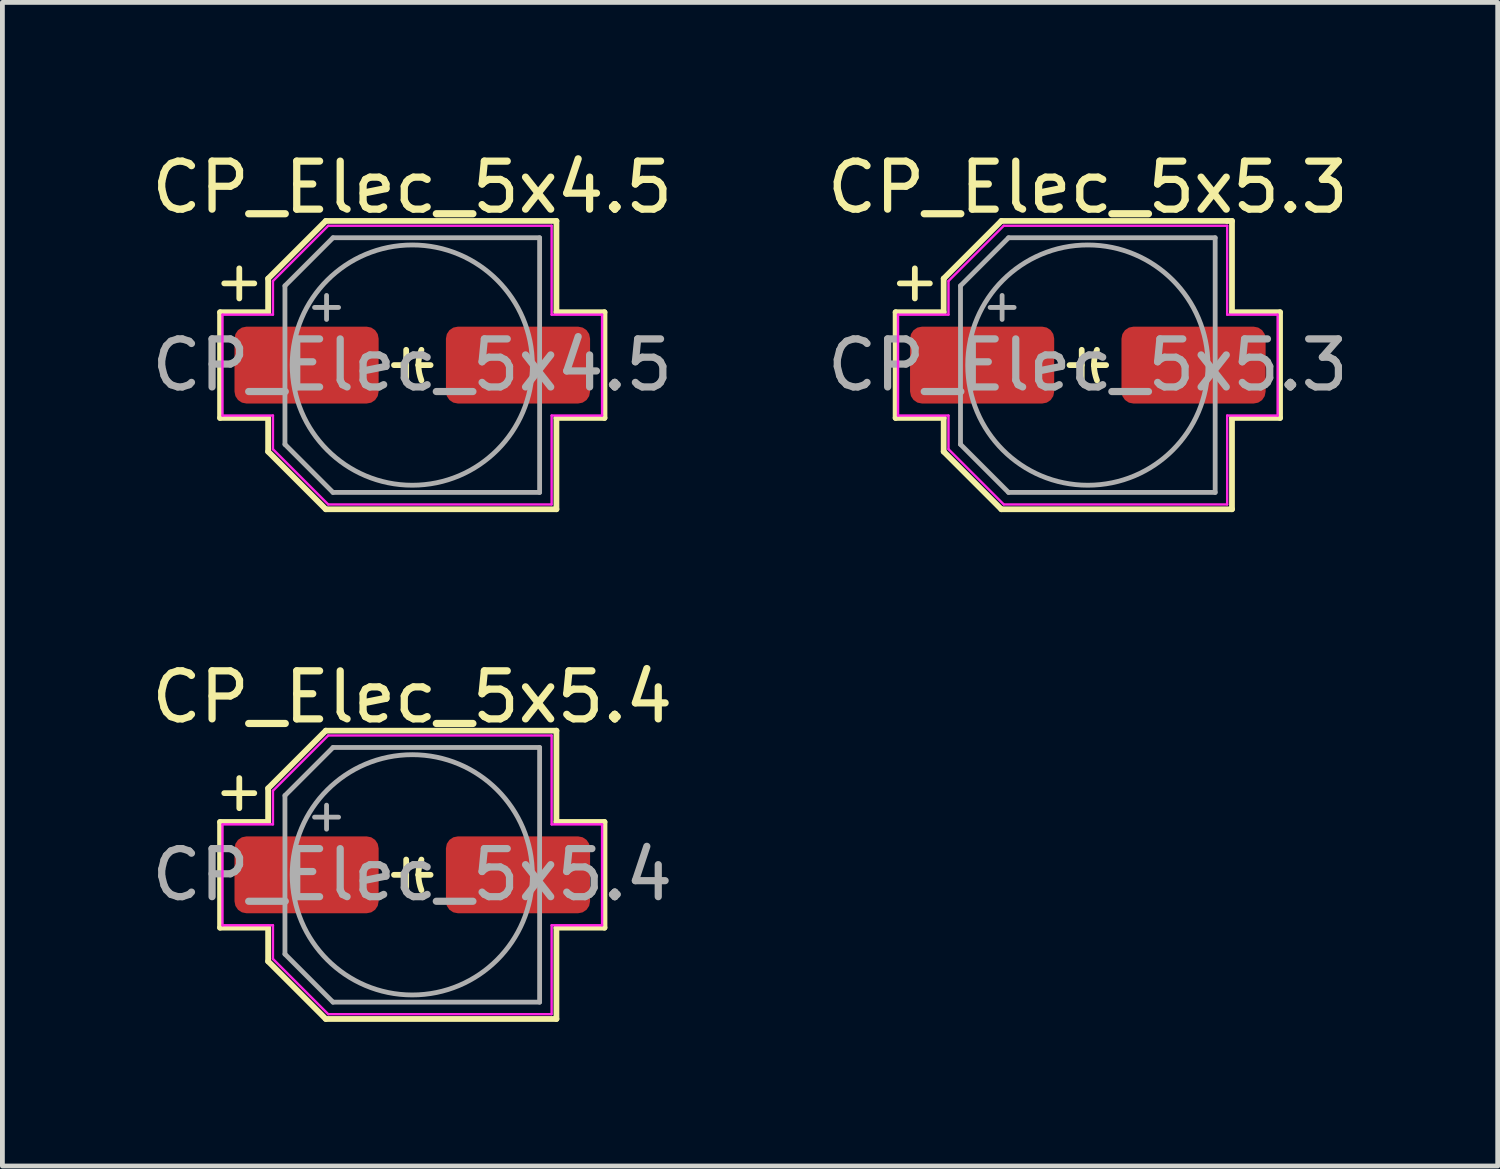
<source format=kicad_pcb>
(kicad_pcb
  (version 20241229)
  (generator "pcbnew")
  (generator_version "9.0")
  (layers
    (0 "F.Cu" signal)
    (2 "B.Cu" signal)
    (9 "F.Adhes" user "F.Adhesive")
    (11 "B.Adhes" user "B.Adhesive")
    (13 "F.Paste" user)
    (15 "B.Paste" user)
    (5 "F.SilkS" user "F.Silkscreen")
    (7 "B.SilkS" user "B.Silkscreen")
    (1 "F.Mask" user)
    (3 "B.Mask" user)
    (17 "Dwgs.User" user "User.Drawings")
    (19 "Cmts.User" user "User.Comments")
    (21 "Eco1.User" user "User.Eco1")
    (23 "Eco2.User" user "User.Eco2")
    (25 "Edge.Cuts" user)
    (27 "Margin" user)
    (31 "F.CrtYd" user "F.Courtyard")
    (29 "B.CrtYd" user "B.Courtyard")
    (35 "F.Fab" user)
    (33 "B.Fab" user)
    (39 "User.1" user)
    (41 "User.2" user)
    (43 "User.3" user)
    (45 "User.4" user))
  (footprint "CP_Elec_5x4.5"
    (layer "F.Cu")
    (at 5.53 4.548)
    (property "Reference" "CP_Elec_5x4.5" (at 0 -3.7 0) (layer "F.SilkS") (effects (font (size 1 1) (thickness 0.15))))
    (attr smd)
    (fp_line (start -4 -1.1) (end -4 1.1) (stroke (width 0.12) (type solid)) (layer "F.SilkS"))
    (fp_line (start -4 1.1) (end -3 1.1) (stroke (width 0.12) (type solid)) (layer "F.SilkS"))
    (fp_line (start -3.913 -1.7) (end -3.288 -1.7) (stroke (width 0.12) (type solid)) (layer "F.SilkS"))
    (fp_line (start -3.6 -2.013) (end -3.6 -1.387) (stroke (width 0.12) (type solid)) (layer "F.SilkS"))
    (fp_line (start -3 -1.8) (end -3 -1.1) (stroke (width 0.12) (type solid)) (layer "F.SilkS"))
    (fp_line (start -3 -1.1) (end -4 -1.1) (stroke (width 0.12) (type solid)) (layer "F.SilkS"))
    (fp_line (start -3 1.1) (end -3 1.8) (stroke (width 0.12) (type solid)) (layer "F.SilkS"))
    (fp_line (start -3 1.8) (end -1.8 3) (stroke (width 0.12) (type solid)) (layer "F.SilkS"))
    (fp_line (start -1.8 -3) (end -3 -1.8) (stroke (width 0.12) (type solid)) (layer "F.SilkS"))
    (fp_line (start -1.8 3) (end 3 3) (stroke (width 0.12) (type solid)) (layer "F.SilkS"))
    (fp_line (start -0.381 0) (end -0.127 0) (stroke (width 0.12) (type solid)) (layer "F.SilkS"))
    (fp_line (start -0.127 -0.318) (end -0.127 0.318) (stroke (width 0.12) (type solid)) (layer "F.SilkS"))
    (fp_line (start 0.381 0) (end 0.127 0) (stroke (width 0.12) (type solid)) (layer "F.SilkS"))
    (fp_line (start 3 -3) (end -1.8 -3) (stroke (width 0.12) (type solid)) (layer "F.SilkS"))
    (fp_line (start 3 -1.1) (end 3 -3) (stroke (width 0.12) (type solid)) (layer "F.SilkS"))
    (fp_line (start 3 1.1) (end 4 1.1) (stroke (width 0.12) (type solid)) (layer "F.SilkS"))
    (fp_line (start 3 3) (end 3 1.1) (stroke (width 0.12) (type solid)) (layer "F.SilkS"))
    (fp_line (start 4 -1.1) (end 3 -1.1) (stroke (width 0.12) (type solid)) (layer "F.SilkS"))
    (fp_line (start 4 1.1) (end 4 -1.1) (stroke (width 0.12) (type solid)) (layer "F.SilkS"))
    (fp_arc (start 0.127 0) (mid 0.143031 -0.161894) (end 0.1905 -0.3175) (stroke (width 0.12) (type solid)) (layer "F.SilkS"))
    (fp_arc (start 0.1905 0.3175) (mid 0.145241 0.161452) (end 0.127 0) (stroke (width 0.12) (type solid)) (layer "F.SilkS"))
    (fp_line (start -3.95 -1.05) (end -3.95 1.05) (stroke (width 0.05) (type solid)) (layer "F.CrtYd"))
    (fp_line (start -3.95 1.05) (end -2.9 1.05) (stroke (width 0.05) (type solid)) (layer "F.CrtYd"))
    (fp_line (start -2.9 -1.75) (end -2.9 -1.05) (stroke (width 0.05) (type solid)) (layer "F.CrtYd"))
    (fp_line (start -2.9 -1.75) (end -1.75 -2.9) (stroke (width 0.05) (type solid)) (layer "F.CrtYd"))
    (fp_line (start -2.9 -1.05) (end -3.95 -1.05) (stroke (width 0.05) (type solid)) (layer "F.CrtYd"))
    (fp_line (start -2.9 1.05) (end -2.9 1.75) (stroke (width 0.05) (type solid)) (layer "F.CrtYd"))
    (fp_line (start -2.9 1.75) (end -1.75 2.9) (stroke (width 0.05) (type solid)) (layer "F.CrtYd"))
    (fp_line (start -1.75 -2.9) (end 2.9 -2.9) (stroke (width 0.05) (type solid)) (layer "F.CrtYd"))
    (fp_line (start -1.75 2.9) (end 2.9 2.9) (stroke (width 0.05) (type solid)) (layer "F.CrtYd"))
    (fp_line (start 2.9 -2.9) (end 2.9 -1.05) (stroke (width 0.05) (type solid)) (layer "F.CrtYd"))
    (fp_line (start 2.9 -1.05) (end 3.95 -1.05) (stroke (width 0.05) (type solid)) (layer "F.CrtYd"))
    (fp_line (start 2.9 1.05) (end 2.9 2.9) (stroke (width 0.05) (type solid)) (layer "F.CrtYd"))
    (fp_line (start 3.95 -1.05) (end 3.95 1.05) (stroke (width 0.05) (type solid)) (layer "F.CrtYd"))
    (fp_line (start 3.95 1.05) (end 2.9 1.05) (stroke (width 0.05) (type solid)) (layer "F.CrtYd"))
    (fp_line (start -2.65 -1.65) (end -2.65 1.65) (stroke (width 0.1) (type solid)) (layer "F.Fab"))
    (fp_line (start -2.65 -1.65) (end -1.65 -2.65) (stroke (width 0.1) (type solid)) (layer "F.Fab"))
    (fp_line (start -2.65 1.65) (end -1.65 2.65) (stroke (width 0.1) (type solid)) (layer "F.Fab"))
    (fp_line (start -2.034 -1.2) (end -1.534 -1.2) (stroke (width 0.1) (type solid)) (layer "F.Fab"))
    (fp_line (start -1.784 -1.45) (end -1.784 -0.95) (stroke (width 0.1) (type solid)) (layer "F.Fab"))
    (fp_line (start -1.65 -2.65) (end 2.65 -2.65) (stroke (width 0.1) (type solid)) (layer "F.Fab"))
    (fp_line (start -1.65 2.65) (end 2.65 2.65) (stroke (width 0.1) (type solid)) (layer "F.Fab"))
    (fp_line (start 2.65 -2.65) (end 2.65 2.65) (stroke (width 0.1) (type solid)) (layer "F.Fab"))
    (fp_circle (center 0 0) (end 2.5 0) (stroke (width 0.1) (type solid)) (fill no) (layer "F.Fab"))
    (fp_text user "${REFERENCE}" (at 0 0 0) (layer "F.Fab") (effects (font (size 1 1) (thickness 0.15))))
    (pad "1" smd roundrect (at -2.2 0) (size 3 1.6) (layers "F.Cu" "F.Mask" "F.Paste") (roundrect_rratio 0.156))
    (pad "2" smd roundrect (at 2.2 0) (size 3 1.6) (layers "F.Cu" "F.Mask" "F.Paste") (roundrect_rratio 0.156)))
  (footprint "CP_Elec_5x5.4"
    (layer "F.Cu")
    (at 5.53 15.156)
    (property "Reference" "CP_Elec_5x5.4" (at 0 -3.7 0) (layer "F.SilkS") (effects (font (size 1 1) (thickness 0.15))))
    (attr smd)
    (fp_line (start -4 -1.1) (end -4 1.1) (stroke (width 0.12) (type solid)) (layer "F.SilkS"))
    (fp_line (start -4 1.1) (end -3 1.1) (stroke (width 0.12) (type solid)) (layer "F.SilkS"))
    (fp_line (start -3.913 -1.7) (end -3.288 -1.7) (stroke (width 0.12) (type solid)) (layer "F.SilkS"))
    (fp_line (start -3.6 -2.013) (end -3.6 -1.387) (stroke (width 0.12) (type solid)) (layer "F.SilkS"))
    (fp_line (start -3 -1.8) (end -3 -1.1) (stroke (width 0.12) (type solid)) (layer "F.SilkS"))
    (fp_line (start -3 -1.1) (end -4 -1.1) (stroke (width 0.12) (type solid)) (layer "F.SilkS"))
    (fp_line (start -3 1.1) (end -3 1.8) (stroke (width 0.12) (type solid)) (layer "F.SilkS"))
    (fp_line (start -3 1.8) (end -1.8 3) (stroke (width 0.12) (type solid)) (layer "F.SilkS"))
    (fp_line (start -1.8 -3) (end -3 -1.8) (stroke (width 0.12) (type solid)) (layer "F.SilkS"))
    (fp_line (start -1.8 3) (end 3 3) (stroke (width 0.12) (type solid)) (layer "F.SilkS"))
    (fp_line (start -0.381 0) (end -0.127 0) (stroke (width 0.12) (type solid)) (layer "F.SilkS"))
    (fp_line (start -0.127 -0.318) (end -0.127 0.318) (stroke (width 0.12) (type solid)) (layer "F.SilkS"))
    (fp_line (start 0.381 0) (end 0.127 0) (stroke (width 0.12) (type solid)) (layer "F.SilkS"))
    (fp_line (start 3 -3) (end -1.8 -3) (stroke (width 0.12) (type solid)) (layer "F.SilkS"))
    (fp_line (start 3 -1.1) (end 3 -3) (stroke (width 0.12) (type solid)) (layer "F.SilkS"))
    (fp_line (start 3 1.1) (end 4 1.1) (stroke (width 0.12) (type solid)) (layer "F.SilkS"))
    (fp_line (start 3 3) (end 3 1.1) (stroke (width 0.12) (type solid)) (layer "F.SilkS"))
    (fp_line (start 4 -1.1) (end 3 -1.1) (stroke (width 0.12) (type solid)) (layer "F.SilkS"))
    (fp_line (start 4 1.1) (end 4 -1.1) (stroke (width 0.12) (type solid)) (layer "F.SilkS"))
    (fp_arc (start 0.127 0) (mid 0.143031 -0.161894) (end 0.1905 -0.3175) (stroke (width 0.12) (type solid)) (layer "F.SilkS"))
    (fp_arc (start 0.1905 0.3175) (mid 0.145241 0.161452) (end 0.127 0) (stroke (width 0.12) (type solid)) (layer "F.SilkS"))
    (fp_line (start -3.95 -1.05) (end -3.95 1.05) (stroke (width 0.05) (type solid)) (layer "F.CrtYd"))
    (fp_line (start -3.95 1.05) (end -2.9 1.05) (stroke (width 0.05) (type solid)) (layer "F.CrtYd"))
    (fp_line (start -2.9 -1.75) (end -2.9 -1.05) (stroke (width 0.05) (type solid)) (layer "F.CrtYd"))
    (fp_line (start -2.9 -1.75) (end -1.75 -2.9) (stroke (width 0.05) (type solid)) (layer "F.CrtYd"))
    (fp_line (start -2.9 -1.05) (end -3.95 -1.05) (stroke (width 0.05) (type solid)) (layer "F.CrtYd"))
    (fp_line (start -2.9 1.05) (end -2.9 1.75) (stroke (width 0.05) (type solid)) (layer "F.CrtYd"))
    (fp_line (start -2.9 1.75) (end -1.75 2.9) (stroke (width 0.05) (type solid)) (layer "F.CrtYd"))
    (fp_line (start -1.75 -2.9) (end 2.9 -2.9) (stroke (width 0.05) (type solid)) (layer "F.CrtYd"))
    (fp_line (start -1.75 2.9) (end 2.9 2.9) (stroke (width 0.05) (type solid)) (layer "F.CrtYd"))
    (fp_line (start 2.9 -2.9) (end 2.9 -1.05) (stroke (width 0.05) (type solid)) (layer "F.CrtYd"))
    (fp_line (start 2.9 -1.05) (end 3.95 -1.05) (stroke (width 0.05) (type solid)) (layer "F.CrtYd"))
    (fp_line (start 2.9 1.05) (end 2.9 2.9) (stroke (width 0.05) (type solid)) (layer "F.CrtYd"))
    (fp_line (start 3.95 -1.05) (end 3.95 1.05) (stroke (width 0.05) (type solid)) (layer "F.CrtYd"))
    (fp_line (start 3.95 1.05) (end 2.9 1.05) (stroke (width 0.05) (type solid)) (layer "F.CrtYd"))
    (fp_line (start -2.65 -1.65) (end -2.65 1.65) (stroke (width 0.1) (type solid)) (layer "F.Fab"))
    (fp_line (start -2.65 -1.65) (end -1.65 -2.65) (stroke (width 0.1) (type solid)) (layer "F.Fab"))
    (fp_line (start -2.65 1.65) (end -1.65 2.65) (stroke (width 0.1) (type solid)) (layer "F.Fab"))
    (fp_line (start -2.034 -1.2) (end -1.534 -1.2) (stroke (width 0.1) (type solid)) (layer "F.Fab"))
    (fp_line (start -1.784 -1.45) (end -1.784 -0.95) (stroke (width 0.1) (type solid)) (layer "F.Fab"))
    (fp_line (start -1.65 -2.65) (end 2.65 -2.65) (stroke (width 0.1) (type solid)) (layer "F.Fab"))
    (fp_line (start -1.65 2.65) (end 2.65 2.65) (stroke (width 0.1) (type solid)) (layer "F.Fab"))
    (fp_line (start 2.65 -2.65) (end 2.65 2.65) (stroke (width 0.1) (type solid)) (layer "F.Fab"))
    (fp_circle (center 0 0) (end 2.5 0) (stroke (width 0.1) (type solid)) (fill no) (layer "F.Fab"))
    (fp_text user "${REFERENCE}" (at 0 0 0) (layer "F.Fab") (effects (font (size 1 1) (thickness 0.15))))
    (pad "1" smd roundrect (at -2.2 0) (size 3 1.6) (layers "F.Cu" "F.Mask" "F.Paste") (roundrect_rratio 0.156))
    (pad "2" smd roundrect (at 2.2 0) (size 3 1.6) (layers "F.Cu" "F.Mask" "F.Paste") (roundrect_rratio 0.156)))
  (footprint "CP_Elec_5x5.3"
    (layer "F.Cu")
    (at 19.589 4.548)
    (property "Reference" "CP_Elec_5x5.3" (at 0 -3.7 0) (layer "F.SilkS") (effects (font (size 1 1) (thickness 0.15))))
    (attr smd)
    (fp_line (start -4 -1.1) (end -3 -1.1) (stroke (width 0.12) (type solid)) (layer "F.SilkS"))
    (fp_line (start -4 1.1) (end -4 -1.1) (stroke (width 0.12) (type solid)) (layer "F.SilkS"))
    (fp_line (start -3.913 -1.7) (end -3.288 -1.7) (stroke (width 0.12) (type solid)) (layer "F.SilkS"))
    (fp_line (start -3.6 -2.013) (end -3.6 -1.387) (stroke (width 0.12) (type solid)) (layer "F.SilkS"))
    (fp_line (start -3 -1.8) (end -1.8 -3) (stroke (width 0.12) (type solid)) (layer "F.SilkS"))
    (fp_line (start -3 -1.1) (end -3 -1.8) (stroke (width 0.12) (type solid)) (layer "F.SilkS"))
    (fp_line (start -3 1.1) (end -4 1.1) (stroke (width 0.12) (type solid)) (layer "F.SilkS"))
    (fp_line (start -3 1.8) (end -3 1.1) (stroke (width 0.12) (type solid)) (layer "F.SilkS"))
    (fp_line (start -1.8 -3) (end 2.9 -3) (stroke (width 0.12) (type solid)) (layer "F.SilkS"))
    (fp_line (start -1.8 3) (end -3 1.8) (stroke (width 0.12) (type solid)) (layer "F.SilkS"))
    (fp_line (start -0.381 0) (end -0.127 0) (stroke (width 0.12) (type solid)) (layer "F.SilkS"))
    (fp_line (start -0.127 -0.318) (end -0.127 0.318) (stroke (width 0.12) (type solid)) (layer "F.SilkS"))
    (fp_line (start 0.381 0) (end 0.127 0) (stroke (width 0.12) (type solid)) (layer "F.SilkS"))
    (fp_line (start 2.9 -3) (end 3 -3) (stroke (width 0.12) (type solid)) (layer "F.SilkS"))
    (fp_line (start 3 -3) (end 3 -1.1) (stroke (width 0.12) (type solid)) (layer "F.SilkS"))
    (fp_line (start 3 -1.1) (end 4 -1.1) (stroke (width 0.12) (type solid)) (layer "F.SilkS"))
    (fp_line (start 3 1.1) (end 3 3) (stroke (width 0.12) (type solid)) (layer "F.SilkS"))
    (fp_line (start 3 3) (end -1.8 3) (stroke (width 0.12) (type solid)) (layer "F.SilkS"))
    (fp_line (start 4 -1.1) (end 4 1.1) (stroke (width 0.12) (type solid)) (layer "F.SilkS"))
    (fp_line (start 4 1.1) (end 3 1.1) (stroke (width 0.12) (type solid)) (layer "F.SilkS"))
    (fp_arc (start 0.127 0) (mid 0.143031 -0.161894) (end 0.1905 -0.3175) (stroke (width 0.12) (type solid)) (layer "F.SilkS"))
    (fp_arc (start 0.1905 0.3175) (mid 0.145241 0.161452) (end 0.127 0) (stroke (width 0.12) (type solid)) (layer "F.SilkS"))
    (fp_line (start -3.95 -1.05) (end -3.95 1.05) (stroke (width 0.05) (type solid)) (layer "F.CrtYd"))
    (fp_line (start -3.95 1.05) (end -2.9 1.05) (stroke (width 0.05) (type solid)) (layer "F.CrtYd"))
    (fp_line (start -2.9 -1.75) (end -2.9 -1.05) (stroke (width 0.05) (type solid)) (layer "F.CrtYd"))
    (fp_line (start -2.9 -1.75) (end -1.75 -2.9) (stroke (width 0.05) (type solid)) (layer "F.CrtYd"))
    (fp_line (start -2.9 -1.05) (end -3.95 -1.05) (stroke (width 0.05) (type solid)) (layer "F.CrtYd"))
    (fp_line (start -2.9 1.05) (end -2.9 1.75) (stroke (width 0.05) (type solid)) (layer "F.CrtYd"))
    (fp_line (start -2.9 1.75) (end -1.75 2.9) (stroke (width 0.05) (type solid)) (layer "F.CrtYd"))
    (fp_line (start -1.75 -2.9) (end 2.9 -2.9) (stroke (width 0.05) (type solid)) (layer "F.CrtYd"))
    (fp_line (start -1.75 2.9) (end 2.9 2.9) (stroke (width 0.05) (type solid)) (layer "F.CrtYd"))
    (fp_line (start 2.9 -2.9) (end 2.9 -1.05) (stroke (width 0.05) (type solid)) (layer "F.CrtYd"))
    (fp_line (start 2.9 -1.05) (end 3.95 -1.05) (stroke (width 0.05) (type solid)) (layer "F.CrtYd"))
    (fp_line (start 2.9 1.05) (end 2.9 2.9) (stroke (width 0.05) (type solid)) (layer "F.CrtYd"))
    (fp_line (start 3.95 -1.05) (end 3.95 1.05) (stroke (width 0.05) (type solid)) (layer "F.CrtYd"))
    (fp_line (start 3.95 1.05) (end 2.9 1.05) (stroke (width 0.05) (type solid)) (layer "F.CrtYd"))
    (fp_line (start -2.65 -1.65) (end -2.65 1.65) (stroke (width 0.1) (type solid)) (layer "F.Fab"))
    (fp_line (start -2.65 -1.65) (end -1.65 -2.65) (stroke (width 0.1) (type solid)) (layer "F.Fab"))
    (fp_line (start -2.65 1.65) (end -1.65 2.65) (stroke (width 0.1) (type solid)) (layer "F.Fab"))
    (fp_line (start -2.034 -1.2) (end -1.534 -1.2) (stroke (width 0.1) (type solid)) (layer "F.Fab"))
    (fp_line (start -1.784 -1.45) (end -1.784 -0.95) (stroke (width 0.1) (type solid)) (layer "F.Fab"))
    (fp_line (start -1.65 -2.65) (end 2.65 -2.65) (stroke (width 0.1) (type solid)) (layer "F.Fab"))
    (fp_line (start -1.65 2.65) (end 2.65 2.65) (stroke (width 0.1) (type solid)) (layer "F.Fab"))
    (fp_line (start 2.65 -2.65) (end 2.65 2.65) (stroke (width 0.1) (type solid)) (layer "F.Fab"))
    (fp_circle (center 0 0) (end 2.5 0) (stroke (width 0.1) (type solid)) (fill no) (layer "F.Fab"))
    (fp_text user "${REFERENCE}" (at 0 0 0) (layer "F.Fab") (effects (font (size 1 1) (thickness 0.15))))
    (pad "1" smd roundrect (at -2.2 0) (size 3 1.6) (layers "F.Cu" "F.Mask" "F.Paste") (roundrect_rratio 0.156))
    (pad "2" smd roundrect (at 2.2 0) (size 3 1.6) (layers "F.Cu" "F.Mask" "F.Paste") (roundrect_rratio 0.156)))
  (gr_rect
    (start -3 -3)
    (end 28.119 21.216)
    (stroke (width 0.1) (type default))
    (fill no)
    (layer "Edge.Cuts")))
</source>
